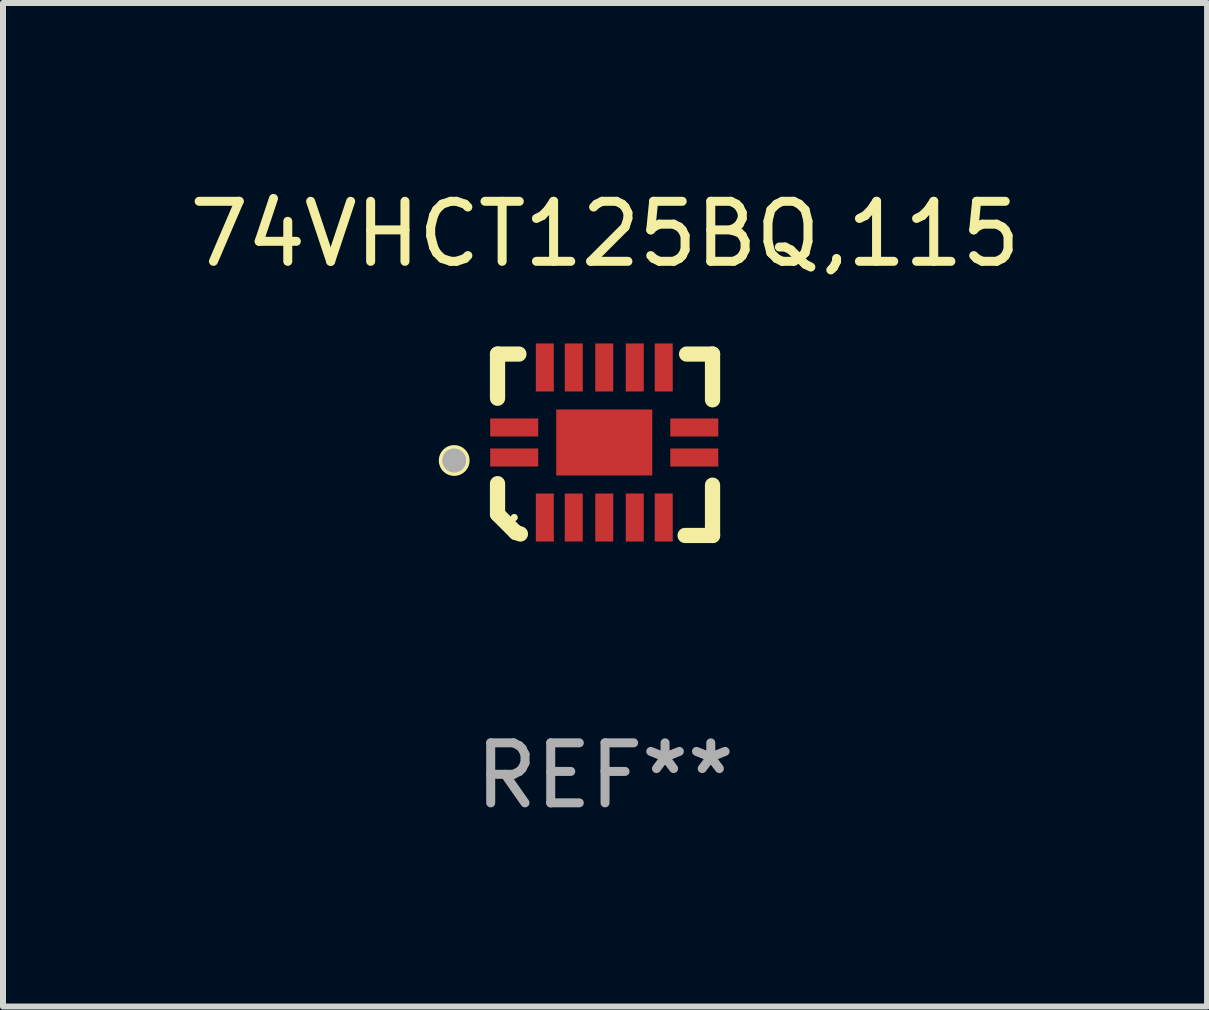
<source format=kicad_pcb>
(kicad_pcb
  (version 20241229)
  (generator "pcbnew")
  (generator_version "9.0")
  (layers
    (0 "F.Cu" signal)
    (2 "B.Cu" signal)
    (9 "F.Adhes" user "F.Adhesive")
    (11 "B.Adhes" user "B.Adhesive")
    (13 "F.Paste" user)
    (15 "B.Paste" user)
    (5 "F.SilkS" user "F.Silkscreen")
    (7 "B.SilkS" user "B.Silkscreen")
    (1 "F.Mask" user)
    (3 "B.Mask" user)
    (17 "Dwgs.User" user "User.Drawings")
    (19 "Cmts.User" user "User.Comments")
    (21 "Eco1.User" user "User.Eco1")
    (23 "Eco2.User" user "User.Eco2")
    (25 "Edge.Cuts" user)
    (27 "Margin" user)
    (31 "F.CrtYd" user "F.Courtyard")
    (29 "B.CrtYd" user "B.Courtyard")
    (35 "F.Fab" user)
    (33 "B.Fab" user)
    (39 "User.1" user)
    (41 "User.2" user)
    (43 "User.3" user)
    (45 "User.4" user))
  (footprint "74VHCT125BQ,115"
    (layer "F.Cu")
    (at 7.03 4.36)
    (property "Reference" "74VHCT125BQ,115" (at 0 -3.511 0) (layer "F.SilkS") (effects (font (size 1 1) (thickness 0.15))))
    (attr through_hole)
    (fp_line (start -1.791 -1.511) (end -1.435 -1.511) (stroke (width 0.254) (type solid)) (layer "F.SilkS"))
    (fp_line (start -1.791 -0.775) (end -1.791 -1.511) (stroke (width 0.254) (type solid)) (layer "F.SilkS"))
    (fp_line (start -1.791 1.156) (end -1.791 0.648) (stroke (width 0.254) (type solid)) (layer "F.SilkS"))
    (fp_line (start -1.486 1.461) (end -1.791 1.156) (stroke (width 0.254) (type solid)) (layer "F.SilkS"))
    (fp_line (start -1.41 1.486) (end -1.486 1.461) (stroke (width 0.254) (type solid)) (layer "F.SilkS"))
    (fp_line (start 1.334 1.511) (end 1.791 1.511) (stroke (width 0.254) (type solid)) (layer "F.SilkS"))
    (fp_line (start 1.791 -1.511) (end 1.359 -1.511) (stroke (width 0.254) (type solid)) (layer "F.SilkS"))
    (fp_line (start 1.791 -0.749) (end 1.791 -1.511) (stroke (width 0.254) (type solid)) (layer "F.SilkS"))
    (fp_line (start 1.791 1.511) (end 1.791 0.673) (stroke (width 0.254) (type solid)) (layer "F.SilkS"))
    (fp_circle (center -2.513 0.262) (end -2.383 0.262) (stroke (width 0.254) (type solid)) (fill no) (layer "F.SilkS"))
    (fp_circle (center -1.513 1.212) (end -1.483 1.212) (stroke (width 0.06) (type solid)) (fill no) (layer "F.SilkS"))
    (fp_circle (center -2.513 0.262) (end -2.413 0.262) (stroke (width 0.2) (type solid)) (fill no) (layer "F.Fab"))
    (fp_text user "REF**" (at 0 5.511 0) (layer "F.Fab") (effects (font (size 1 1) (thickness 0.15))))
    (pad "1" smd rect (at -1.513 0.212) (size 0.8 0.3) (layers "F.Cu" "F.Mask" "F.Paste"))
    (pad "2" smd rect (at -1.003 1.212) (size 0.3 0.8) (layers "F.Cu" "F.Mask" "F.Paste"))
    (pad "3" smd rect (at -0.521 1.212) (size 0.3 0.8) (layers "F.Cu" "F.Mask" "F.Paste"))
    (pad "4" smd rect (at -0.013 1.212) (size 0.3 0.8) (layers "F.Cu" "F.Mask" "F.Paste"))
    (pad "5" smd rect (at 0.495 1.212) (size 0.3 0.8) (layers "F.Cu" "F.Mask" "F.Paste"))
    (pad "6" smd rect (at 0.978 1.212) (size 0.3 0.8) (layers "F.Cu" "F.Mask" "F.Paste"))
    (pad "7" smd rect (at 1.487 0.212) (size 0.8 0.3) (layers "F.Cu" "F.Mask" "F.Paste"))
    (pad "8" smd rect (at 1.487 -0.288) (size 0.8 0.3) (layers "F.Cu" "F.Mask" "F.Paste"))
    (pad "9" smd rect (at 0.978 -1.288) (size 0.3 0.8) (layers "F.Cu" "F.Mask" "F.Paste"))
    (pad "10" smd rect (at 0.495 -1.288) (size 0.3 0.8) (layers "F.Cu" "F.Mask" "F.Paste"))
    (pad "11" smd rect (at -0.013 -1.288) (size 0.3 0.8) (layers "F.Cu" "F.Mask" "F.Paste"))
    (pad "12" smd rect (at -0.521 -1.288) (size 0.3 0.8) (layers "F.Cu" "F.Mask" "F.Paste"))
    (pad "13" smd rect (at -1.003 -1.288) (size 0.3 0.8) (layers "F.Cu" "F.Mask" "F.Paste"))
    (pad "14" smd rect (at -1.513 -0.288) (size 0.8 0.3) (layers "F.Cu" "F.Mask" "F.Paste"))
    (pad "15" smd rect (at -0.013 -0.038 90) (size 1.1 1.6) (layers "F.Cu" "F.Mask" "F.Paste")))
  (gr_rect
    (start -3 -3)
    (end 17.06 13.719)
    (stroke (width 0.1) (type default))
    (fill no)
    (layer "Edge.Cuts")))
</source>
